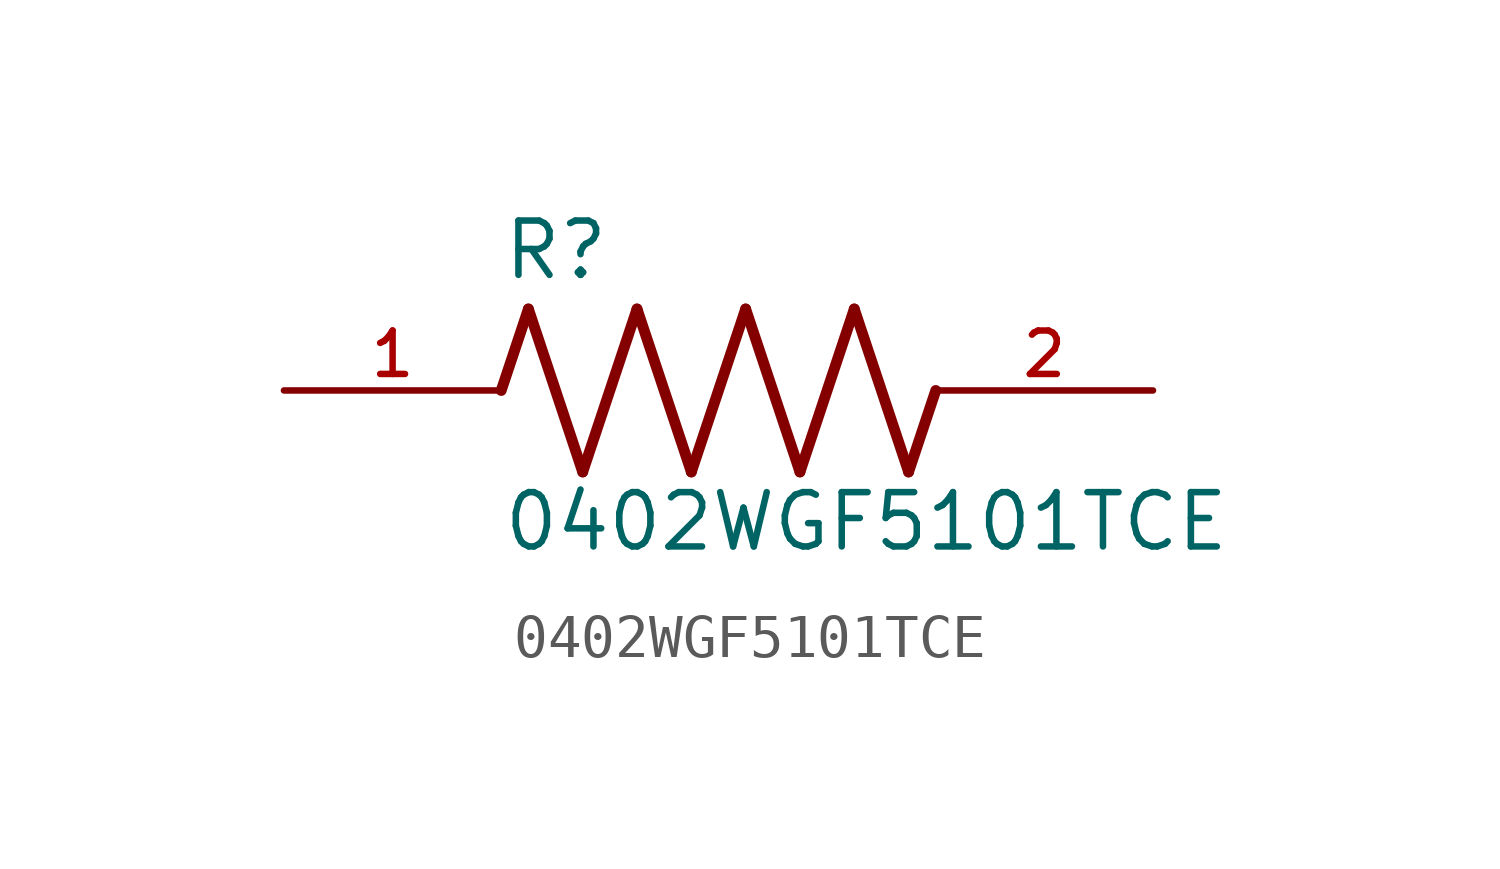
<source format=kicad_sym>
(kicad_symbol_lib
  (version 20211014)
  (generator kicad_symbol_editor)
  (symbol "0402WGF5101TCE"
    (pin_names
      (offset 1.016))
    (property "Reference" "R"
      (at -5.08 2.54 0)
      (effects (font (size 1.27 1.27)) (justify bottom left)))
    (property "Value" "0402WGF5101TCE"
      (at -5.08 -3.81 0)
      (effects (font (size 1.27 1.27)) (justify bottom left)))
    (symbol "0402WGF5101TCE_0_0"
      (polyline (pts (xy -5.08 0.0) (xy -4.445 1.905)) (stroke (width 0.254)))
      (polyline (pts (xy -4.445 1.905) (xy -3.175 -1.905)) (stroke (width 0.254)))
      (polyline (pts (xy -3.175 -1.905) (xy -1.905 1.905)) (stroke (width 0.254)))
      (polyline (pts (xy -1.905 1.905) (xy -0.635 -1.905)) (stroke (width 0.254)))
      (polyline (pts (xy -0.635 -1.905) (xy 0.635 1.905)) (stroke (width 0.254)))
      (polyline (pts (xy 0.635 1.905) (xy 1.905 -1.905)) (stroke (width 0.254)))
      (polyline (pts (xy 1.905 -1.905) (xy 3.175 1.905)) (stroke (width 0.254)))
      (polyline (pts (xy 3.175 1.905) (xy 4.445 -1.905)) (stroke (width 0.254)))
      (polyline (pts (xy 4.445 -1.905) (xy 5.08 0.0)) (stroke (width 0.254)))
      (pin passive line (at -10.16 0.0 0) (length 5.08) (name "~" (effects (font (size 1.016 1.016)))) (number "1" (effects (font (size 1.016 1.016)))))
      (pin passive line (at 10.16 0.0 180.0) (length 5.08) (name "~" (effects (font (size 1.016 1.016)))) (number "2" (effects (font (size 1.016 1.016))))))))
</source>
